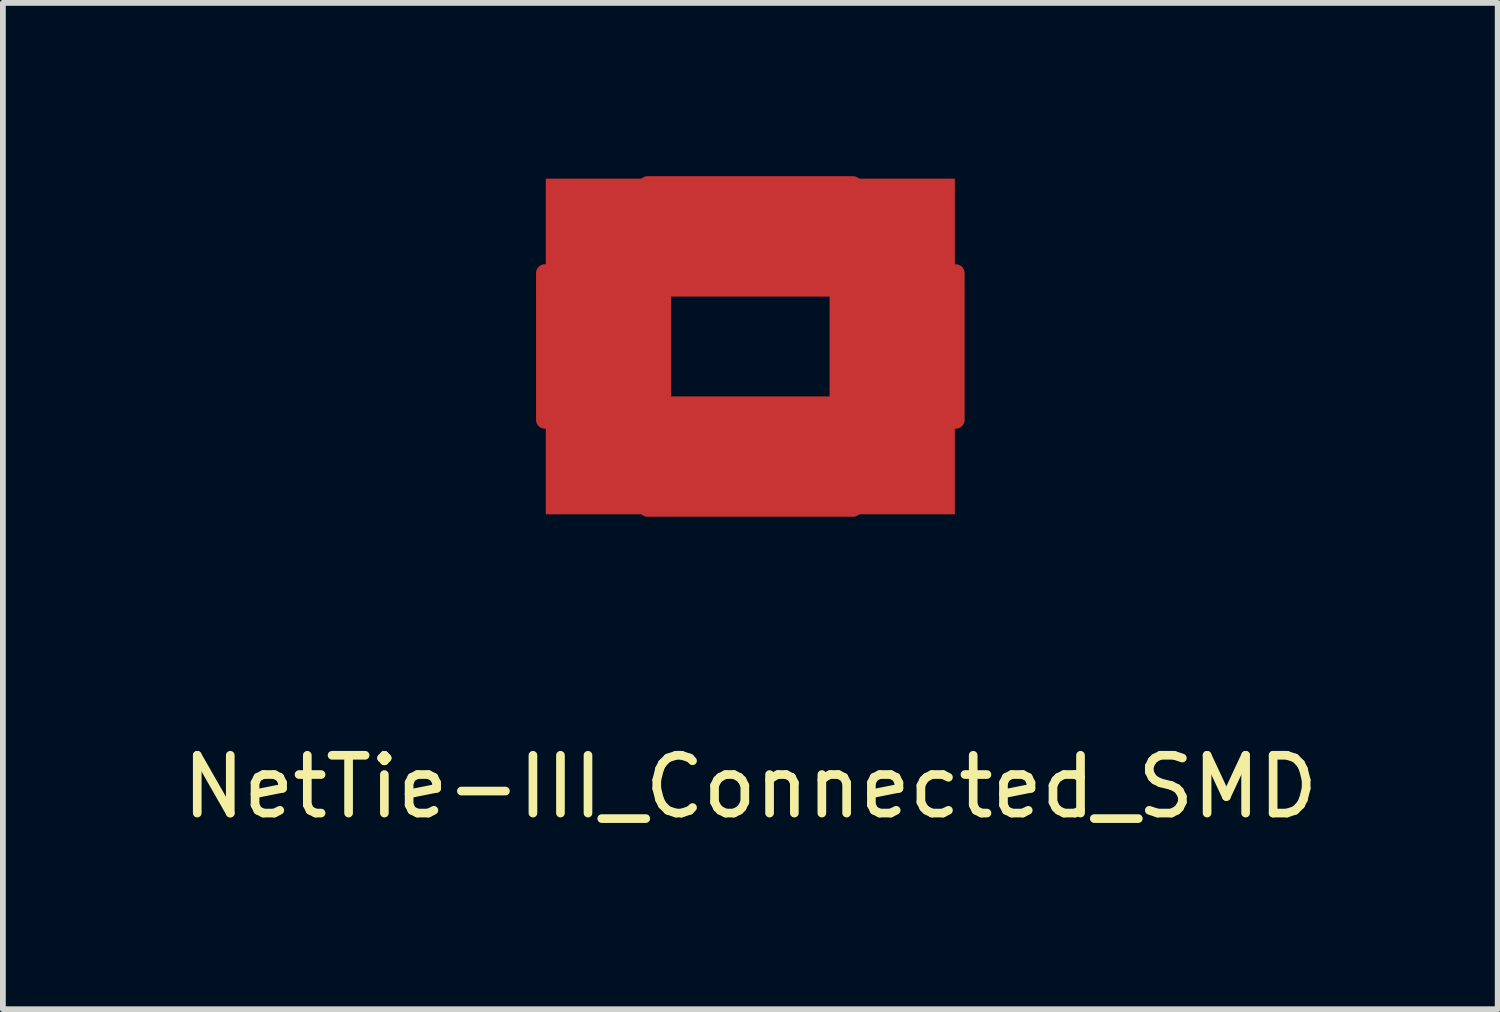
<source format=kicad_pcb>
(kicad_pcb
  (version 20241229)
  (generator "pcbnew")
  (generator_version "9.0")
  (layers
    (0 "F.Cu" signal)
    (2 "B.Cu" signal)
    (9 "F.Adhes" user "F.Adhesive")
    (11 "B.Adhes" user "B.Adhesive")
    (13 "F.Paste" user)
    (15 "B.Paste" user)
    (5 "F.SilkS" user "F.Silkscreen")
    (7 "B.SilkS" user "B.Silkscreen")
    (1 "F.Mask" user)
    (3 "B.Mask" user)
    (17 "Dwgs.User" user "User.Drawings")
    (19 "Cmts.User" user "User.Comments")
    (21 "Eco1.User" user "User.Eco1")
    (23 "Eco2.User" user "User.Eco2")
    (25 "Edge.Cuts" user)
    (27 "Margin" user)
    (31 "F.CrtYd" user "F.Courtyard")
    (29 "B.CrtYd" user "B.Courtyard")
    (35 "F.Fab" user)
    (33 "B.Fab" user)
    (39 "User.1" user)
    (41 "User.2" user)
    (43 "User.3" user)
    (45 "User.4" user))
  (footprint "NetTie-III_Connected_SMD"
    (layer "F.Cu")
    (at 9.935 2.946)
    (property "Reference" "NetTie-III_Connected_SMD" (at 0 7.62 0) (layer "F.SilkS") (effects (font (size 1 1) (thickness 0.15))))
    (attr through_hole)
    (fp_line (start -3.556 -1.016) (end -3.556 -1.27) (stroke (width 0.305) (type solid)) (layer "F.Cu"))
    (fp_line (start -3.556 -1.016) (end -3.556 1.27) (stroke (width 0.305) (type solid)) (layer "F.Cu"))
    (fp_line (start -3.302 -1.27) (end -3.302 1.27) (stroke (width 0.305) (type solid)) (layer "F.Cu"))
    (fp_line (start -3.048 -1.27) (end -3.048 1.27) (stroke (width 0.305) (type solid)) (layer "F.Cu"))
    (fp_line (start -2.794 -1.27) (end -2.794 1.27) (stroke (width 0.305) (type solid)) (layer "F.Cu"))
    (fp_line (start -2.54 -1.27) (end -2.54 1.27) (stroke (width 0.305) (type solid)) (layer "F.Cu"))
    (fp_line (start -2.286 -1.27) (end -2.286 1.27) (stroke (width 0.305) (type solid)) (layer "F.Cu"))
    (fp_line (start -2.032 1.27) (end -2.032 -1.27) (stroke (width 0.305) (type solid)) (layer "F.Cu"))
    (fp_line (start -1.778 -2.794) (end 1.778 -2.794) (stroke (width 0.305) (type solid)) (layer "F.Cu"))
    (fp_line (start -1.778 -2.54) (end 1.778 -2.54) (stroke (width 0.305) (type solid)) (layer "F.Cu"))
    (fp_line (start -1.778 -2.286) (end 1.778 -2.286) (stroke (width 0.305) (type solid)) (layer "F.Cu"))
    (fp_line (start -1.778 -2.032) (end 1.778 -2.032) (stroke (width 0.305) (type solid)) (layer "F.Cu"))
    (fp_line (start -1.778 -1.778) (end 1.778 -1.778) (stroke (width 0.305) (type solid)) (layer "F.Cu"))
    (fp_line (start -1.778 -1.524) (end 1.778 -1.524) (stroke (width 0.305) (type solid)) (layer "F.Cu"))
    (fp_line (start -1.778 -1.27) (end -1.778 1.27) (stroke (width 0.305) (type solid)) (layer "F.Cu"))
    (fp_line (start -1.778 -1.27) (end 1.778 -1.27) (stroke (width 0.305) (type solid)) (layer "F.Cu"))
    (fp_line (start -1.778 -1.016) (end 1.778 -1.016) (stroke (width 0.305) (type solid)) (layer "F.Cu"))
    (fp_line (start -1.778 1.016) (end -1.524 1.016) (stroke (width 0.305) (type solid)) (layer "F.Cu"))
    (fp_line (start -1.778 1.27) (end 1.778 1.27) (stroke (width 0.305) (type solid)) (layer "F.Cu"))
    (fp_line (start -1.778 1.524) (end 1.778 1.524) (stroke (width 0.305) (type solid)) (layer "F.Cu"))
    (fp_line (start -1.778 1.778) (end 1.778 1.778) (stroke (width 0.305) (type solid)) (layer "F.Cu"))
    (fp_line (start -1.778 2.032) (end 1.778 2.032) (stroke (width 0.305) (type solid)) (layer "F.Cu"))
    (fp_line (start -1.778 2.286) (end 1.778 2.286) (stroke (width 0.305) (type solid)) (layer "F.Cu"))
    (fp_line (start -1.778 2.794) (end 1.778 2.794) (stroke (width 0.305) (type solid)) (layer "F.Cu"))
    (fp_line (start -1.524 1.016) (end 1.778 1.016) (stroke (width 0.305) (type solid)) (layer "F.Cu"))
    (fp_line (start -1.524 1.27) (end -1.524 -1.27) (stroke (width 0.305) (type solid)) (layer "F.Cu"))
    (fp_line (start 1.524 1.27) (end 1.524 -1.27) (stroke (width 0.305) (type solid)) (layer "F.Cu"))
    (fp_line (start 1.778 -1.27) (end 1.778 1.27) (stroke (width 0.305) (type solid)) (layer "F.Cu"))
    (fp_line (start 1.778 2.54) (end -1.778 2.54) (stroke (width 0.305) (type solid)) (layer "F.Cu"))
    (fp_line (start 2.032 1.27) (end 2.032 -1.27) (stroke (width 0.305) (type solid)) (layer "F.Cu"))
    (fp_line (start 2.286 -1.27) (end 2.286 1.27) (stroke (width 0.305) (type solid)) (layer "F.Cu"))
    (fp_line (start 2.54 1.27) (end 2.54 -1.27) (stroke (width 0.305) (type solid)) (layer "F.Cu"))
    (fp_line (start 2.794 -1.27) (end 2.794 1.27) (stroke (width 0.305) (type solid)) (layer "F.Cu"))
    (fp_line (start 3.048 1.27) (end 3.048 -1.27) (stroke (width 0.305) (type solid)) (layer "F.Cu"))
    (fp_line (start 3.302 -1.27) (end 3.302 1.27) (stroke (width 0.305) (type solid)) (layer "F.Cu"))
    (fp_line (start 3.556 1.27) (end 3.556 -1.27) (stroke (width 0.305) (type solid)) (layer "F.Cu"))
    (pad "1" smd rect (at -2.54 -1.905) (size 1.999 1.999) (layers "F.Cu" "F.Mask" "F.Paste"))
    (pad "2" smd rect (at -2.54 1.905) (size 1.999 1.999) (layers "F.Cu" "F.Mask" "F.Paste"))
    (pad "3" smd rect (at 2.54 -1.905) (size 1.999 1.999) (layers "F.Cu" "F.Mask" "F.Paste"))
    (pad "4" smd rect (at 2.54 1.905) (size 1.999 1.999) (layers "F.Cu" "F.Mask" "F.Paste")))
  (gr_rect
    (start -3 -3)
    (end 22.869 14.415)
    (stroke (width 0.1) (type default))
    (fill no)
    (layer "Edge.Cuts")))
</source>
